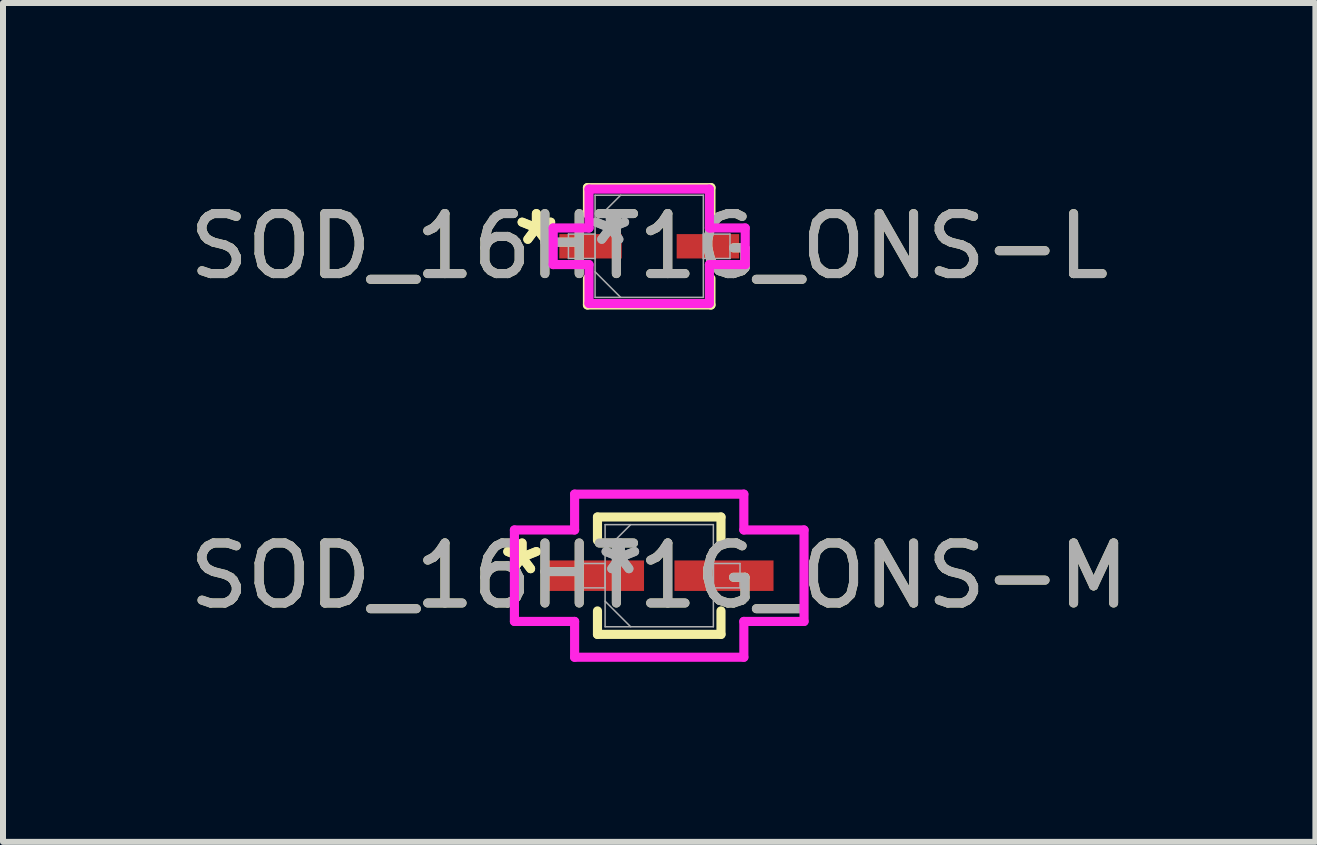
<source format=kicad_pcb>
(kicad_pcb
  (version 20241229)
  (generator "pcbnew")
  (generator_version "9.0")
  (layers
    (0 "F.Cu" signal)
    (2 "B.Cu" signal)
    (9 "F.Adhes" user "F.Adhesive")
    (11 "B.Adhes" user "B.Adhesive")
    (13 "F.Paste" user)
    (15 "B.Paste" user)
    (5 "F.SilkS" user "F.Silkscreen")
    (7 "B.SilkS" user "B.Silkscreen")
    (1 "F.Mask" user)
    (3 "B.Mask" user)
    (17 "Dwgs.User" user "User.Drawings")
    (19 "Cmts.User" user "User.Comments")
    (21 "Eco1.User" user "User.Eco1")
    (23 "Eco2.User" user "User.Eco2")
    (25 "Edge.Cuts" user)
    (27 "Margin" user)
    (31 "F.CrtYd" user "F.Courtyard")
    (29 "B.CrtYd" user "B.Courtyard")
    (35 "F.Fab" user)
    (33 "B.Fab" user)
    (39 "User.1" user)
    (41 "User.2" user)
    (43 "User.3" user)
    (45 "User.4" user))
  (footprint "SOD_16HT1G_ONS-M"
    (layer "F.Cu")
    (at 7.935 6.543)
    (property "Reference" "SOD_16HT1G_ONS-M" (at 0 0 0) (unlocked yes) (layer "F.SilkS") (effects (font (size 1 1) (thickness 0.15))))
    (attr smd)
    (fp_line (start -1.029 -0.978) (end -1.029 -0.587) (stroke (width 0.152) (type solid)) (layer "F.SilkS"))
    (fp_line (start -1.029 0.587) (end -1.029 0.978) (stroke (width 0.152) (type solid)) (layer "F.SilkS"))
    (fp_line (start -1.029 0.978) (end 1.029 0.978) (stroke (width 0.152) (type solid)) (layer "F.SilkS"))
    (fp_line (start 1.029 -0.978) (end -1.029 -0.978) (stroke (width 0.152) (type solid)) (layer "F.SilkS"))
    (fp_line (start 1.029 -0.587) (end 1.029 -0.978) (stroke (width 0.152) (type solid)) (layer "F.SilkS"))
    (fp_line (start 1.029 0.978) (end 1.029 0.587) (stroke (width 0.152) (type solid)) (layer "F.SilkS"))
    (fp_line (start -2.413 -0.762) (end -1.41 -0.762) (stroke (width 0.152) (type solid)) (layer "F.CrtYd"))
    (fp_line (start -2.413 0.762) (end -2.413 -0.762) (stroke (width 0.152) (type solid)) (layer "F.CrtYd"))
    (fp_line (start -1.41 -1.359) (end 1.41 -1.359) (stroke (width 0.152) (type solid)) (layer "F.CrtYd"))
    (fp_line (start -1.41 -0.762) (end -1.41 -1.359) (stroke (width 0.152) (type solid)) (layer "F.CrtYd"))
    (fp_line (start -1.41 0.762) (end -2.413 0.762) (stroke (width 0.152) (type solid)) (layer "F.CrtYd"))
    (fp_line (start -1.41 1.359) (end -1.41 0.762) (stroke (width 0.152) (type solid)) (layer "F.CrtYd"))
    (fp_line (start 1.41 -1.359) (end 1.41 -0.762) (stroke (width 0.152) (type solid)) (layer "F.CrtYd"))
    (fp_line (start 1.41 -0.762) (end 2.413 -0.762) (stroke (width 0.152) (type solid)) (layer "F.CrtYd"))
    (fp_line (start 1.41 0.762) (end 1.41 1.359) (stroke (width 0.152) (type solid)) (layer "F.CrtYd"))
    (fp_line (start 1.41 1.359) (end -1.41 1.359) (stroke (width 0.152) (type solid)) (layer "F.CrtYd"))
    (fp_line (start 2.413 -0.762) (end 2.413 0.762) (stroke (width 0.152) (type solid)) (layer "F.CrtYd"))
    (fp_line (start 2.413 0.762) (end 1.41 0.762) (stroke (width 0.152) (type solid)) (layer "F.CrtYd"))
    (fp_line (start -1.346 -0.203) (end -1.346 0.203) (stroke (width 0.025) (type solid)) (layer "F.Fab"))
    (fp_line (start -1.346 0.203) (end -0.902 0.203) (stroke (width 0.025) (type solid)) (layer "F.Fab"))
    (fp_line (start -0.902 -0.851) (end -0.902 0.851) (stroke (width 0.025) (type solid)) (layer "F.Fab"))
    (fp_line (start -0.902 -0.425) (end -0.476 -0.851) (stroke (width 0.025) (type solid)) (layer "F.Fab"))
    (fp_line (start -0.902 -0.203) (end -1.346 -0.203) (stroke (width 0.025) (type solid)) (layer "F.Fab"))
    (fp_line (start -0.902 0.203) (end -0.902 -0.203) (stroke (width 0.025) (type solid)) (layer "F.Fab"))
    (fp_line (start -0.902 0.425) (end -0.476 0.851) (stroke (width 0.025) (type solid)) (layer "F.Fab"))
    (fp_line (start -0.902 0.851) (end 0.902 0.851) (stroke (width 0.025) (type solid)) (layer "F.Fab"))
    (fp_line (start 0.902 -0.851) (end -0.902 -0.851) (stroke (width 0.025) (type solid)) (layer "F.Fab"))
    (fp_line (start 0.902 -0.203) (end 0.902 0.203) (stroke (width 0.025) (type solid)) (layer "F.Fab"))
    (fp_line (start 0.902 0.203) (end 1.346 0.203) (stroke (width 0.025) (type solid)) (layer "F.Fab"))
    (fp_line (start 0.902 0.851) (end 0.902 -0.851) (stroke (width 0.025) (type solid)) (layer "F.Fab"))
    (fp_line (start 1.346 -0.203) (end 0.902 -0.203) (stroke (width 0.025) (type solid)) (layer "F.Fab"))
    (fp_line (start 1.346 0.203) (end 1.346 -0.203) (stroke (width 0.025) (type solid)) (layer "F.Fab"))
    (fp_text user "*" (at -2.286 0 0) (unlocked yes) (layer "F.SilkS") (effects (font (size 1 1) (thickness 0.15))))
    (fp_text user "*" (at -2.286 0 0) (layer "F.SilkS") (effects (font (size 1 1) (thickness 0.15))))
    (fp_text user "${REFERENCE}" (at 0 0 0) (unlocked yes) (layer "F.Fab") (effects (font (size 1 1) (thickness 0.15))))
    (fp_text user "*" (at -0.648 0 0) (unlocked yes) (layer "F.Fab") (effects (font (size 1 1) (thickness 0.15))))
    (fp_text user "*" (at -0.648 0 0) (layer "F.Fab") (effects (font (size 1 1) (thickness 0.15))))
    (pad "1" smd rect (at -1.079 0) (size 1.651 0.508) (layers "F.Cu" "F.Mask" "F.Paste"))
    (pad "2" smd rect (at 1.079 0) (size 1.651 0.508) (layers "F.Cu" "F.Mask" "F.Paste")))
  (footprint "SOD_16HT1G_ONS-L"
    (layer "F.Cu")
    (at 7.768 1.054)
    (property "Reference" "SOD_16HT1G_ONS-L" (at 0 0 0) (unlocked yes) (layer "F.SilkS") (effects (font (size 1 1) (thickness 0.15))))
    (attr smd)
    (fp_line (start -1.029 -0.978) (end -1.029 -0.536) (stroke (width 0.152) (type solid)) (layer "F.SilkS"))
    (fp_line (start -1.029 0.536) (end -1.029 0.978) (stroke (width 0.152) (type solid)) (layer "F.SilkS"))
    (fp_line (start -1.029 0.978) (end 1.029 0.978) (stroke (width 0.152) (type solid)) (layer "F.SilkS"))
    (fp_line (start 1.029 -0.978) (end -1.029 -0.978) (stroke (width 0.152) (type solid)) (layer "F.SilkS"))
    (fp_line (start 1.029 -0.536) (end 1.029 -0.978) (stroke (width 0.152) (type solid)) (layer "F.SilkS"))
    (fp_line (start 1.029 0.978) (end 1.029 0.536) (stroke (width 0.152) (type solid)) (layer "F.SilkS"))
    (fp_line (start -1.6 -0.305) (end -1.003 -0.305) (stroke (width 0.152) (type solid)) (layer "F.CrtYd"))
    (fp_line (start -1.6 0.305) (end -1.6 -0.305) (stroke (width 0.152) (type solid)) (layer "F.CrtYd"))
    (fp_line (start -1.003 -0.953) (end 1.003 -0.953) (stroke (width 0.152) (type solid)) (layer "F.CrtYd"))
    (fp_line (start -1.003 -0.305) (end -1.003 -0.953) (stroke (width 0.152) (type solid)) (layer "F.CrtYd"))
    (fp_line (start -1.003 0.305) (end -1.6 0.305) (stroke (width 0.152) (type solid)) (layer "F.CrtYd"))
    (fp_line (start -1.003 0.953) (end -1.003 0.305) (stroke (width 0.152) (type solid)) (layer "F.CrtYd"))
    (fp_line (start 1.003 -0.953) (end 1.003 -0.305) (stroke (width 0.152) (type solid)) (layer "F.CrtYd"))
    (fp_line (start 1.003 -0.305) (end 1.6 -0.305) (stroke (width 0.152) (type solid)) (layer "F.CrtYd"))
    (fp_line (start 1.003 0.305) (end 1.003 0.953) (stroke (width 0.152) (type solid)) (layer "F.CrtYd"))
    (fp_line (start 1.003 0.953) (end -1.003 0.953) (stroke (width 0.152) (type solid)) (layer "F.CrtYd"))
    (fp_line (start 1.6 -0.305) (end 1.6 0.305) (stroke (width 0.152) (type solid)) (layer "F.CrtYd"))
    (fp_line (start 1.6 0.305) (end 1.003 0.305) (stroke (width 0.152) (type solid)) (layer "F.CrtYd"))
    (fp_line (start -1.346 -0.203) (end -1.346 0.203) (stroke (width 0.025) (type solid)) (layer "F.Fab"))
    (fp_line (start -1.346 0.203) (end -0.902 0.203) (stroke (width 0.025) (type solid)) (layer "F.Fab"))
    (fp_line (start -0.902 -0.851) (end -0.902 0.851) (stroke (width 0.025) (type solid)) (layer "F.Fab"))
    (fp_line (start -0.902 -0.425) (end -0.476 -0.851) (stroke (width 0.025) (type solid)) (layer "F.Fab"))
    (fp_line (start -0.902 -0.203) (end -1.346 -0.203) (stroke (width 0.025) (type solid)) (layer "F.Fab"))
    (fp_line (start -0.902 0.203) (end -0.902 -0.203) (stroke (width 0.025) (type solid)) (layer "F.Fab"))
    (fp_line (start -0.902 0.425) (end -0.476 0.851) (stroke (width 0.025) (type solid)) (layer "F.Fab"))
    (fp_line (start -0.902 0.851) (end 0.902 0.851) (stroke (width 0.025) (type solid)) (layer "F.Fab"))
    (fp_line (start 0.902 -0.851) (end -0.902 -0.851) (stroke (width 0.025) (type solid)) (layer "F.Fab"))
    (fp_line (start 0.902 -0.203) (end 0.902 0.203) (stroke (width 0.025) (type solid)) (layer "F.Fab"))
    (fp_line (start 0.902 0.203) (end 1.346 0.203) (stroke (width 0.025) (type solid)) (layer "F.Fab"))
    (fp_line (start 0.902 0.851) (end 0.902 -0.851) (stroke (width 0.025) (type solid)) (layer "F.Fab"))
    (fp_line (start 1.346 -0.203) (end 0.902 -0.203) (stroke (width 0.025) (type solid)) (layer "F.Fab"))
    (fp_line (start 1.346 0.203) (end 1.346 -0.203) (stroke (width 0.025) (type solid)) (layer "F.Fab"))
    (fp_text user "*" (at -1.88 0 0) (unlocked yes) (layer "F.SilkS") (effects (font (size 1 1) (thickness 0.15))))
    (fp_text user "*" (at -1.88 0 0) (layer "F.SilkS") (effects (font (size 1 1) (thickness 0.15))))
    (fp_text user "*" (at -0.648 0 0) (unlocked yes) (layer "F.Fab") (effects (font (size 1 1) (thickness 0.15))))
    (fp_text user "${REFERENCE}" (at 0 0 0) (unlocked yes) (layer "F.Fab") (effects (font (size 1 1) (thickness 0.15))))
    (fp_text user "*" (at -0.648 0 0) (layer "F.Fab") (effects (font (size 1 1) (thickness 0.15))))
    (pad "1" smd rect (at -0.978 0) (size 1.041 0.406) (layers "F.Cu" "F.Mask" "F.Paste"))
    (pad "2" smd rect (at 0.978 0) (size 1.041 0.406) (layers "F.Cu" "F.Mask" "F.Paste")))
  (gr_rect
    (start -3 -3)
    (end 18.869 10.978)
    (stroke (width 0.1) (type default))
    (fill no)
    (layer "Edge.Cuts")))
</source>
